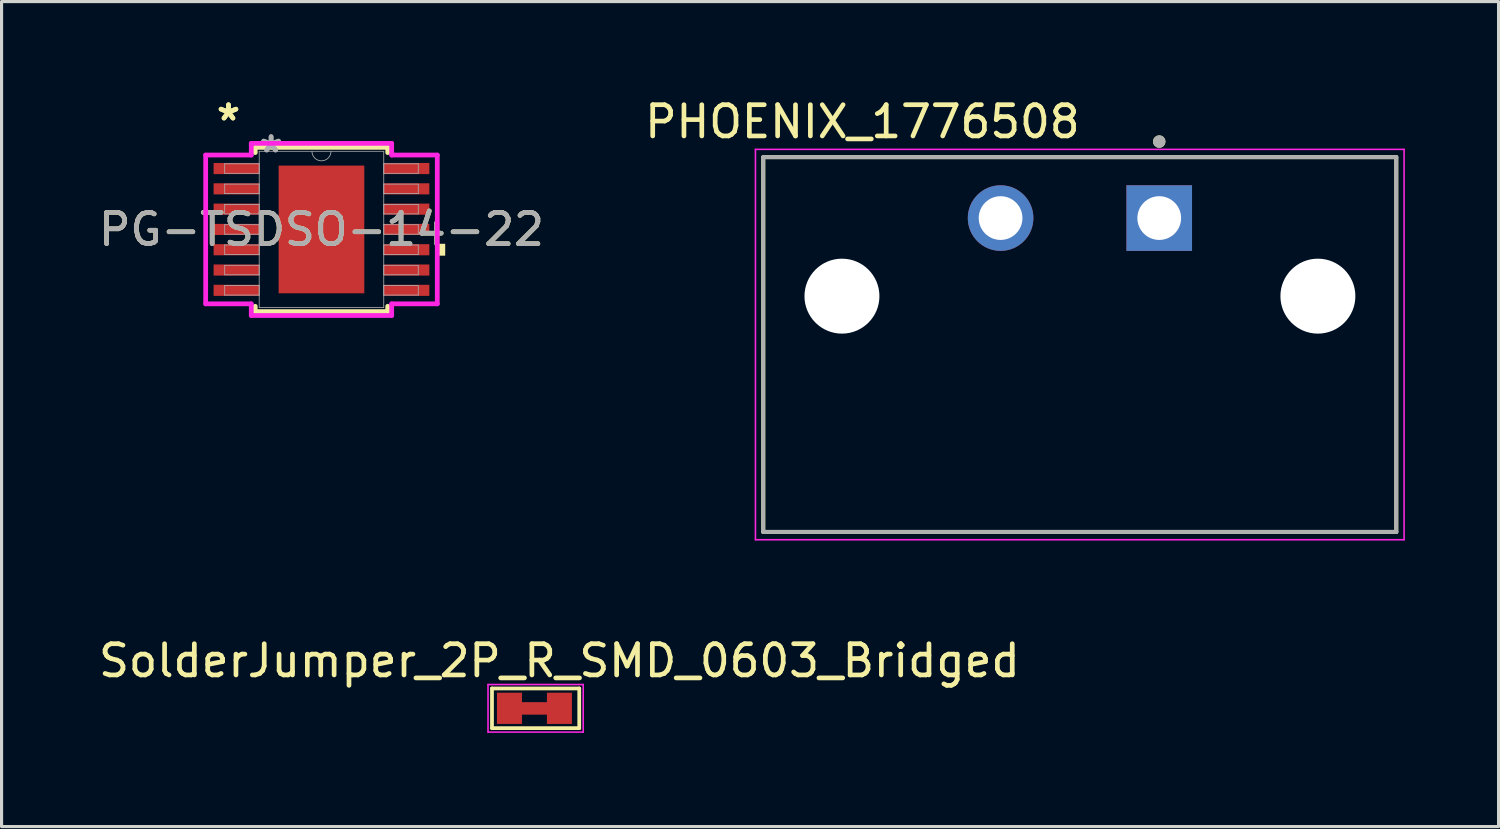
<source format=kicad_pcb>
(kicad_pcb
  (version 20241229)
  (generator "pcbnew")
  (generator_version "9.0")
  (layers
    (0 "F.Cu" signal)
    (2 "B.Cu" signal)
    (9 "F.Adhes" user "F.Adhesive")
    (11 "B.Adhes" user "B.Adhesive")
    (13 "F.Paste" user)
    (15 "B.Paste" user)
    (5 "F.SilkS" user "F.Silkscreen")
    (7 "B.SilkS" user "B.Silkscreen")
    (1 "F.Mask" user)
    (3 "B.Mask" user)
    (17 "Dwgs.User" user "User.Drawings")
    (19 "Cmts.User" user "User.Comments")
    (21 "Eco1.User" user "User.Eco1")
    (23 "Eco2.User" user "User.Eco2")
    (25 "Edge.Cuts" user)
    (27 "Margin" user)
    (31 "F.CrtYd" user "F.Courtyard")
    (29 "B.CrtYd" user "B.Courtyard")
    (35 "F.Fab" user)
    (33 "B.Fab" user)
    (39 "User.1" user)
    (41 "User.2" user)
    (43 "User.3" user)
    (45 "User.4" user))
  (footprint "SolderJumper_2P_R_SMD_0603_Bridged"
    (layer "F.Cu")
    (at 14.863 19.631)
    (property "Reference" "SolderJumper_2P_R_SMD_0603_Bridged" (at 0 -1.524 0) (layer "F.SilkS") (effects (font (size 1 1) (thickness 0.15))))
    (attr exclude_from_pos_files exclude_from_bom allow_soldermask_bridges)
    (fp_poly (pts (xy -1.262 -0.197) (xy -0.356 -0.197) (xy -0.356 0.203) (xy -1.262 0.203)) (stroke (width 0) (type solid)) (fill yes) (layer "F.Cu"))
    (fp_line (start -2.159 -0.635) (end 0.635 -0.635) (stroke (width 0.12) (type solid)) (layer "F.SilkS"))
    (fp_line (start -2.159 0.635) (end -2.159 -0.635) (stroke (width 0.12) (type solid)) (layer "F.SilkS"))
    (fp_line (start 0.635 -0.635) (end 0.635 0.635) (stroke (width 0.12) (type solid)) (layer "F.SilkS"))
    (fp_line (start 0.635 0.635) (end -2.159 0.635) (stroke (width 0.12) (type solid)) (layer "F.SilkS"))
    (fp_line (start -2.286 -0.762) (end -2.286 0.762) (stroke (width 0.05) (type solid)) (layer "F.CrtYd"))
    (fp_line (start -2.286 -0.762) (end 0.762 -0.762) (stroke (width 0.05) (type solid)) (layer "F.CrtYd"))
    (fp_line (start 0.762 0.762) (end -2.286 0.762) (stroke (width 0.05) (type solid)) (layer "F.CrtYd"))
    (fp_line (start 0.762 0.762) (end 0.762 -0.762) (stroke (width 0.05) (type solid)) (layer "F.CrtYd"))
    (pad "1" smd rect (at -1.6 0) (size 0.8 1) (layers "F.Cu" "F.Mask"))
    (pad "2" smd rect (at 0 0) (size 0.8 1) (layers "F.Cu" "F.Mask")))
  (footprint "PG-TSDSO-14-22"
    (layer "F.Cu")
    (at 7.244 4.297)
    (property "Reference" "PG-TSDSO-14-22" (at 0 0 0) (unlocked yes) (layer "F.SilkS") (effects (font (size 1 1) (thickness 0.15))))
    (attr smd)
    (fp_line (start -2.121 -2.629) (end -2.121 -2.461) (stroke (width 0.152) (type solid)) (layer "F.SilkS"))
    (fp_line (start -2.121 2.461) (end -2.121 2.629) (stroke (width 0.152) (type solid)) (layer "F.SilkS"))
    (fp_line (start -2.121 2.629) (end 2.121 2.629) (stroke (width 0.152) (type solid)) (layer "F.SilkS"))
    (fp_line (start 2.121 -2.629) (end -2.121 -2.629) (stroke (width 0.152) (type solid)) (layer "F.SilkS"))
    (fp_line (start 2.121 -2.461) (end 2.121 -2.629) (stroke (width 0.152) (type solid)) (layer "F.SilkS"))
    (fp_line (start 2.121 2.629) (end 2.121 2.461) (stroke (width 0.152) (type solid)) (layer "F.SilkS"))
    (fp_poly (pts (xy 3.962 0.459) (xy 3.962 0.84) (xy 3.708 0.84) (xy 3.708 0.459)) (stroke (width 0) (type solid)) (fill yes) (layer "F.SilkS"))
    (fp_poly (pts (xy -1.272 -1.945) (xy -1.272 -0.782) (xy -0.1 -0.782) (xy -0.1 -1.945)) (stroke (width 0) (type solid)) (fill yes) (layer "F.Paste"))
    (fp_poly (pts (xy -1.272 -0.582) (xy -1.272 0.582) (xy -0.1 0.582) (xy -0.1 -0.582)) (stroke (width 0) (type solid)) (fill yes) (layer "F.Paste"))
    (fp_poly (pts (xy -1.272 0.782) (xy -1.272 1.945) (xy -0.1 1.945) (xy -0.1 0.782)) (stroke (width 0) (type solid)) (fill yes) (layer "F.Paste"))
    (fp_poly (pts (xy 0.1 -1.945) (xy 0.1 -0.782) (xy 1.272 -0.782) (xy 1.272 -1.945)) (stroke (width 0) (type solid)) (fill yes) (layer "F.Paste"))
    (fp_poly (pts (xy 0.1 -0.582) (xy 0.1 0.582) (xy 1.272 0.582) (xy 1.272 -0.582)) (stroke (width 0) (type solid)) (fill yes) (layer "F.Paste"))
    (fp_poly (pts (xy 0.1 0.782) (xy 0.1 1.945) (xy 1.272 1.945) (xy 1.272 0.782)) (stroke (width 0) (type solid)) (fill yes) (layer "F.Paste"))
    (fp_line (start -3.708 -2.382) (end -2.248 -2.382) (stroke (width 0.152) (type solid)) (layer "F.CrtYd"))
    (fp_line (start -3.708 2.382) (end -3.708 -2.382) (stroke (width 0.152) (type solid)) (layer "F.CrtYd"))
    (fp_line (start -3.708 2.382) (end -2.248 2.382) (stroke (width 0.152) (type solid)) (layer "F.CrtYd"))
    (fp_line (start -2.248 -2.756) (end 2.248 -2.756) (stroke (width 0.152) (type solid)) (layer "F.CrtYd"))
    (fp_line (start -2.248 -2.382) (end -2.248 -2.756) (stroke (width 0.152) (type solid)) (layer "F.CrtYd"))
    (fp_line (start -2.248 2.756) (end -2.248 2.382) (stroke (width 0.152) (type solid)) (layer "F.CrtYd"))
    (fp_line (start 2.248 -2.756) (end 2.248 -2.382) (stroke (width 0.152) (type solid)) (layer "F.CrtYd"))
    (fp_line (start 2.248 2.382) (end 2.248 2.756) (stroke (width 0.152) (type solid)) (layer "F.CrtYd"))
    (fp_line (start 2.248 2.756) (end -2.248 2.756) (stroke (width 0.152) (type solid)) (layer "F.CrtYd"))
    (fp_line (start 3.708 -2.382) (end 2.248 -2.382) (stroke (width 0.152) (type solid)) (layer "F.CrtYd"))
    (fp_line (start 3.708 -2.382) (end 3.708 2.382) (stroke (width 0.152) (type solid)) (layer "F.CrtYd"))
    (fp_line (start 3.708 2.382) (end 2.248 2.382) (stroke (width 0.152) (type solid)) (layer "F.CrtYd"))
    (fp_line (start -3.099 -2.102) (end -3.099 -1.798) (stroke (width 0.025) (type solid)) (layer "F.Fab"))
    (fp_line (start -3.099 -1.798) (end -1.994 -1.798) (stroke (width 0.025) (type solid)) (layer "F.Fab"))
    (fp_line (start -3.099 -1.452) (end -3.099 -1.148) (stroke (width 0.025) (type solid)) (layer "F.Fab"))
    (fp_line (start -3.099 -1.148) (end -1.994 -1.148) (stroke (width 0.025) (type solid)) (layer "F.Fab"))
    (fp_line (start -3.099 -0.802) (end -3.099 -0.498) (stroke (width 0.025) (type solid)) (layer "F.Fab"))
    (fp_line (start -3.099 -0.498) (end -1.994 -0.498) (stroke (width 0.025) (type solid)) (layer "F.Fab"))
    (fp_line (start -3.099 -0.152) (end -3.099 0.152) (stroke (width 0.025) (type solid)) (layer "F.Fab"))
    (fp_line (start -3.099 0.152) (end -1.994 0.152) (stroke (width 0.025) (type solid)) (layer "F.Fab"))
    (fp_line (start -3.099 0.498) (end -3.099 0.802) (stroke (width 0.025) (type solid)) (layer "F.Fab"))
    (fp_line (start -3.099 0.802) (end -1.994 0.802) (stroke (width 0.025) (type solid)) (layer "F.Fab"))
    (fp_line (start -3.099 1.148) (end -3.099 1.452) (stroke (width 0.025) (type solid)) (layer "F.Fab"))
    (fp_line (start -3.099 1.452) (end -1.994 1.452) (stroke (width 0.025) (type solid)) (layer "F.Fab"))
    (fp_line (start -3.099 1.798) (end -3.099 2.102) (stroke (width 0.025) (type solid)) (layer "F.Fab"))
    (fp_line (start -3.099 2.102) (end -1.994 2.102) (stroke (width 0.025) (type solid)) (layer "F.Fab"))
    (fp_line (start -1.994 -2.502) (end -1.994 2.502) (stroke (width 0.025) (type solid)) (layer "F.Fab"))
    (fp_line (start -1.994 -2.102) (end -3.099 -2.102) (stroke (width 0.025) (type solid)) (layer "F.Fab"))
    (fp_line (start -1.994 -1.798) (end -1.994 -2.102) (stroke (width 0.025) (type solid)) (layer "F.Fab"))
    (fp_line (start -1.994 -1.452) (end -3.099 -1.452) (stroke (width 0.025) (type solid)) (layer "F.Fab"))
    (fp_line (start -1.994 -1.148) (end -1.994 -1.452) (stroke (width 0.025) (type solid)) (layer "F.Fab"))
    (fp_line (start -1.994 -0.802) (end -3.099 -0.802) (stroke (width 0.025) (type solid)) (layer "F.Fab"))
    (fp_line (start -1.994 -0.498) (end -1.994 -0.802) (stroke (width 0.025) (type solid)) (layer "F.Fab"))
    (fp_line (start -1.994 -0.152) (end -3.099 -0.152) (stroke (width 0.025) (type solid)) (layer "F.Fab"))
    (fp_line (start -1.994 0.152) (end -1.994 -0.152) (stroke (width 0.025) (type solid)) (layer "F.Fab"))
    (fp_line (start -1.994 0.498) (end -3.099 0.498) (stroke (width 0.025) (type solid)) (layer "F.Fab"))
    (fp_line (start -1.994 0.802) (end -1.994 0.498) (stroke (width 0.025) (type solid)) (layer "F.Fab"))
    (fp_line (start -1.994 1.148) (end -3.099 1.148) (stroke (width 0.025) (type solid)) (layer "F.Fab"))
    (fp_line (start -1.994 1.452) (end -1.994 1.148) (stroke (width 0.025) (type solid)) (layer "F.Fab"))
    (fp_line (start -1.994 1.798) (end -3.099 1.798) (stroke (width 0.025) (type solid)) (layer "F.Fab"))
    (fp_line (start -1.994 2.102) (end -1.994 1.798) (stroke (width 0.025) (type solid)) (layer "F.Fab"))
    (fp_line (start -1.994 2.502) (end 1.994 2.502) (stroke (width 0.025) (type solid)) (layer "F.Fab"))
    (fp_line (start 1.994 -2.502) (end -1.994 -2.502) (stroke (width 0.025) (type solid)) (layer "F.Fab"))
    (fp_line (start 1.994 -2.102) (end 1.994 -1.798) (stroke (width 0.025) (type solid)) (layer "F.Fab"))
    (fp_line (start 1.994 -1.798) (end 3.099 -1.798) (stroke (width 0.025) (type solid)) (layer "F.Fab"))
    (fp_line (start 1.994 -1.452) (end 1.994 -1.148) (stroke (width 0.025) (type solid)) (layer "F.Fab"))
    (fp_line (start 1.994 -1.148) (end 3.099 -1.148) (stroke (width 0.025) (type solid)) (layer "F.Fab"))
    (fp_line (start 1.994 -0.802) (end 1.994 -0.498) (stroke (width 0.025) (type solid)) (layer "F.Fab"))
    (fp_line (start 1.994 -0.498) (end 3.099 -0.498) (stroke (width 0.025) (type solid)) (layer "F.Fab"))
    (fp_line (start 1.994 -0.152) (end 1.994 0.152) (stroke (width 0.025) (type solid)) (layer "F.Fab"))
    (fp_line (start 1.994 0.152) (end 3.099 0.152) (stroke (width 0.025) (type solid)) (layer "F.Fab"))
    (fp_line (start 1.994 0.498) (end 1.994 0.802) (stroke (width 0.025) (type solid)) (layer "F.Fab"))
    (fp_line (start 1.994 0.802) (end 3.099 0.802) (stroke (width 0.025) (type solid)) (layer "F.Fab"))
    (fp_line (start 1.994 1.148) (end 1.994 1.452) (stroke (width 0.025) (type solid)) (layer "F.Fab"))
    (fp_line (start 1.994 1.452) (end 3.099 1.452) (stroke (width 0.025) (type solid)) (layer "F.Fab"))
    (fp_line (start 1.994 1.798) (end 1.994 2.102) (stroke (width 0.025) (type solid)) (layer "F.Fab"))
    (fp_line (start 1.994 2.102) (end 3.099 2.102) (stroke (width 0.025) (type solid)) (layer "F.Fab"))
    (fp_line (start 1.994 2.502) (end 1.994 -2.502) (stroke (width 0.025) (type solid)) (layer "F.Fab"))
    (fp_line (start 3.099 -2.102) (end 1.994 -2.102) (stroke (width 0.025) (type solid)) (layer "F.Fab"))
    (fp_line (start 3.099 -1.798) (end 3.099 -2.102) (stroke (width 0.025) (type solid)) (layer "F.Fab"))
    (fp_line (start 3.099 -1.452) (end 1.994 -1.452) (stroke (width 0.025) (type solid)) (layer "F.Fab"))
    (fp_line (start 3.099 -1.148) (end 3.099 -1.452) (stroke (width 0.025) (type solid)) (layer "F.Fab"))
    (fp_line (start 3.099 -0.802) (end 1.994 -0.802) (stroke (width 0.025) (type solid)) (layer "F.Fab"))
    (fp_line (start 3.099 -0.498) (end 3.099 -0.802) (stroke (width 0.025) (type solid)) (layer "F.Fab"))
    (fp_line (start 3.099 -0.152) (end 1.994 -0.152) (stroke (width 0.025) (type solid)) (layer "F.Fab"))
    (fp_line (start 3.099 0.152) (end 3.099 -0.152) (stroke (width 0.025) (type solid)) (layer "F.Fab"))
    (fp_line (start 3.099 0.498) (end 1.994 0.498) (stroke (width 0.025) (type solid)) (layer "F.Fab"))
    (fp_line (start 3.099 0.802) (end 3.099 0.498) (stroke (width 0.025) (type solid)) (layer "F.Fab"))
    (fp_line (start 3.099 1.148) (end 1.994 1.148) (stroke (width 0.025) (type solid)) (layer "F.Fab"))
    (fp_line (start 3.099 1.452) (end 3.099 1.148) (stroke (width 0.025) (type solid)) (layer "F.Fab"))
    (fp_line (start 3.099 1.798) (end 1.994 1.798) (stroke (width 0.025) (type solid)) (layer "F.Fab"))
    (fp_line (start 3.099 2.102) (end 3.099 1.798) (stroke (width 0.025) (type solid)) (layer "F.Fab"))
    (fp_arc (start 0.3048 -2.5019) (mid 0 -2.1971) (end -0.3048 -2.5019) (stroke (width 0.0254) (type solid)) (layer "F.Fab"))
    (fp_text user "*" (at -2.978 -3.449 0) (unlocked yes) (layer "F.SilkS") (effects (font (size 1 1) (thickness 0.15))))
    (fp_text user "*" (at -2.978 -3.449 0) (layer "F.SilkS") (effects (font (size 1 1) (thickness 0.15))))
    (fp_text user "*" (at -1.613 -2.426 0) (layer "F.Fab") (effects (font (size 1 1) (thickness 0.15))))
    (fp_text user "*" (at -1.613 -2.426 0) (unlocked yes) (layer "F.Fab") (effects (font (size 1 1) (thickness 0.15))))
    (fp_text user "${REFERENCE}" (at 0 0 0) (unlocked yes) (layer "F.Fab") (effects (font (size 1 1) (thickness 0.15))))
    (pad "1" smd rect (at -2.724 -1.95) (size 1.46 0.356) (layers "F.Cu" "F.Mask" "F.Paste"))
    (pad "2" smd rect (at -2.724 -1.3) (size 1.46 0.356) (layers "F.Cu" "F.Mask" "F.Paste"))
    (pad "3" smd rect (at -2.724 -0.65) (size 1.46 0.356) (layers "F.Cu" "F.Mask" "F.Paste"))
    (pad "4" smd rect (at -2.724 0) (size 1.46 0.356) (layers "F.Cu" "F.Mask" "F.Paste"))
    (pad "5" smd rect (at -2.724 0.65) (size 1.46 0.356) (layers "F.Cu" "F.Mask" "F.Paste"))
    (pad "6" smd rect (at -2.724 1.3) (size 1.46 0.356) (layers "F.Cu" "F.Mask" "F.Paste"))
    (pad "7" smd rect (at -2.724 1.95) (size 1.46 0.356) (layers "F.Cu" "F.Mask" "F.Paste"))
    (pad "8" smd rect (at 2.724 1.95) (size 1.46 0.356) (layers "F.Cu" "F.Mask" "F.Paste"))
    (pad "9" smd rect (at 2.724 1.3) (size 1.46 0.356) (layers "F.Cu" "F.Mask" "F.Paste"))
    (pad "10" smd rect (at 2.724 0.65) (size 1.46 0.356) (layers "F.Cu" "F.Mask" "F.Paste"))
    (pad "11" smd rect (at 2.724 0) (size 1.46 0.356) (layers "F.Cu" "F.Mask" "F.Paste"))
    (pad "12" smd rect (at 2.724 -0.65) (size 1.46 0.356) (layers "F.Cu" "F.Mask" "F.Paste"))
    (pad "13" smd rect (at 2.724 -1.3) (size 1.46 0.356) (layers "F.Cu" "F.Mask" "F.Paste"))
    (pad "14" smd rect (at 2.724 -1.95) (size 1.46 0.356) (layers "F.Cu" "F.Mask" "F.Paste"))
    (pad "EPAD" smd rect (at 0 0) (size 2.743 4.089) (layers "F.Cu" "F.Mask")))
  (footprint "PHOENIX_1776508"
    (layer "F.Cu")
    (at 21.39 13.983)
    (property "Reference" "PHOENIX_1776508" (at 3.175 -13.135 0) (layer "F.SilkS") (effects (font (size 1 1) (thickness 0.15))))
    (attr through_hole)
    (fp_line (start 0 -12) (end 0 0) (stroke (width 0.127) (type solid)) (layer "F.SilkS"))
    (fp_line (start 0 0) (end 20.27 0) (stroke (width 0.127) (type solid)) (layer "F.SilkS"))
    (fp_line (start 20.27 -12) (end 0 -12) (stroke (width 0.127) (type solid)) (layer "F.SilkS"))
    (fp_line (start 20.27 0) (end 20.27 -12) (stroke (width 0.127) (type solid)) (layer "F.SilkS"))
    (fp_circle (center 12.68 -12.5) (end 12.78 -12.5) (stroke (width 0.2) (type solid)) (fill no) (layer "F.SilkS"))
    (fp_line (start -0.25 -12.25) (end -0.25 0.25) (stroke (width 0.05) (type solid)) (layer "F.CrtYd"))
    (fp_line (start -0.25 0.25) (end 20.52 0.25) (stroke (width 0.05) (type solid)) (layer "F.CrtYd"))
    (fp_line (start 20.52 -12.25) (end -0.25 -12.25) (stroke (width 0.05) (type solid)) (layer "F.CrtYd"))
    (fp_line (start 20.52 0.25) (end 20.52 -12.25) (stroke (width 0.05) (type solid)) (layer "F.CrtYd"))
    (fp_line (start 0 -12) (end 0 0) (stroke (width 0.127) (type solid)) (layer "F.Fab"))
    (fp_line (start 0 0) (end 20.27 0) (stroke (width 0.127) (type solid)) (layer "F.Fab"))
    (fp_line (start 20.27 -12) (end 0 -12) (stroke (width 0.127) (type solid)) (layer "F.Fab"))
    (fp_line (start 20.27 0) (end 20.27 -12) (stroke (width 0.127) (type solid)) (layer "F.Fab"))
    (fp_circle (center 12.68 -12.5) (end 12.78 -12.5) (stroke (width 0.2) (type solid)) (fill no) (layer "F.Fab"))
    (pad "" np_thru_hole circle (at 2.52 -7.55) (size 2.4 2.4) (drill 2.4) (layers "*.Cu" "*.Mask"))
    (pad "" np_thru_hole circle (at 17.76 -7.55) (size 2.4 2.4) (drill 2.4) (layers "*.Cu" "*.Mask"))
    (pad "1" thru_hole rect (at 12.68 -10.05) (size 2.1 2.1) (drill 1.4) (layers "*.Cu" "*.Mask"))
    (pad "2" thru_hole circle (at 7.6 -10.05) (size 2.1 2.1) (drill 1.4) (layers "*.Cu" "*.Mask")))
  (gr_rect
    (start -3 -3)
    (end 44.935 23.418)
    (stroke (width 0.1) (type default))
    (fill no)
    (layer "Edge.Cuts")))
</source>
